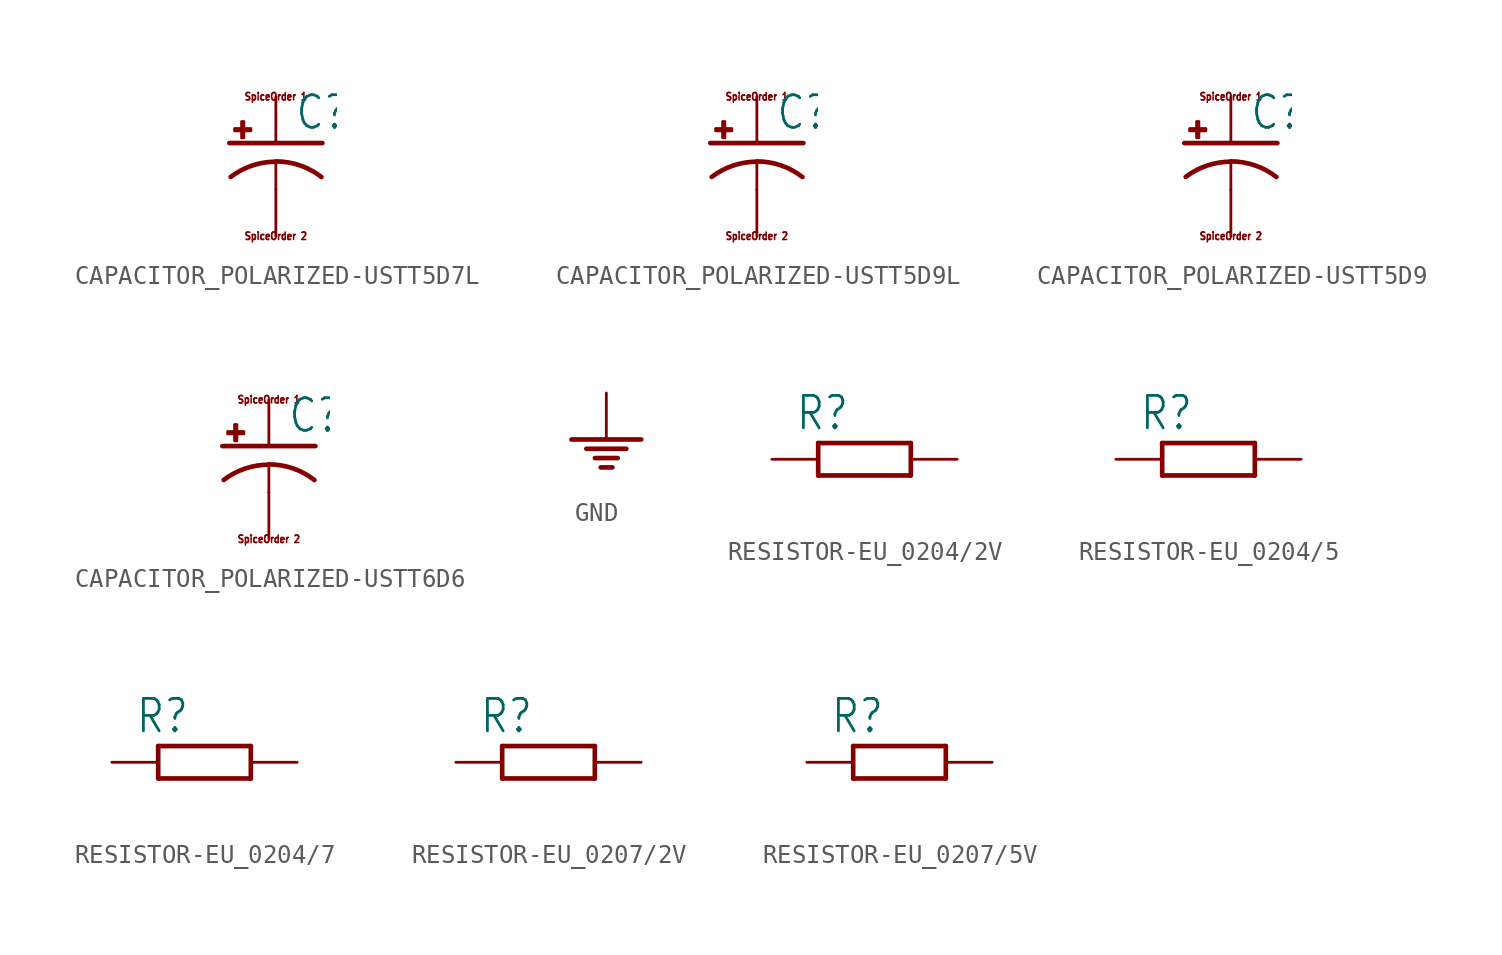
<source format=kicad_sym>
(kicad_symbol_lib
  (version 20231120)
  (generator "kicad_symbol_editor")
  (generator_version "8.0")
  (symbol "CAPACITOR_POLARIZED-USTT5D7L"
    (property "Reference" "C"
      (at 1.016 0.635 0)
      (effects (font (size 1.778 1.511)) (justify left bottom)))
    (property "Value" ""
      (at 1.016 -4.191 0)
      (effects (font (size 1.778 1.511)) (justify left bottom)))
    (property "ki_locked" ""
      (at 0 0 0)
      (effects (font (size 1.27 1.27))))
    (symbol "CAPACITOR_POLARIZED-USTT5D7L_1_0"
      (rectangle (start -2.253 0.668) (end -1.364 0.795) (stroke (width 0) (type default)) (fill (type outline)))
      (rectangle (start -1.872 0.287) (end -1.745 1.176) (stroke (width 0) (type default)) (fill (type outline)))
      (arc (start 0 -1.0161) (mid -1.3021 -1.2303) (end -2.4669 -1.8504) (stroke (width 0.254) (type solid)) (fill (type none)))
      (polyline (pts (xy -2.54 0) (xy 2.54 0)) (stroke (width 0.254) (type solid)) (fill (type none)))
      (polyline (pts (xy 0 -1.016) (xy 0 -2.54)) (stroke (width 0.152) (type solid)) (fill (type none)))
      (arc (start 2.4892 -1.8541) (mid 1.3158 -1.2194) (end 0 -1) (stroke (width 0.254) (type solid)) (fill (type none)))
      (text "SpiceOrder 1" (at 0 2.54 0) (effects (font (size 0.406 0.345))))
      (text "SpiceOrder 2" (at 0 -5.08 0) (effects (font (size 0.406 0.345))))
      (pin passive line (at 0 2.54 270) (length 2.54) (name "+" (effects (font (size 0 0)))) (number "+" (effects (font (size 0 0)))))
      (pin passive line (at 0 -5.08 90) (length 2.54) (name "-" (effects (font (size 0 0)))) (number "-" (effects (font (size 0 0)))))))
  (symbol "CAPACITOR_POLARIZED-USTT5D9L"
    (property "Reference" "C"
      (at 1.016 0.635 0)
      (effects (font (size 1.778 1.511)) (justify left bottom)))
    (property "Value" ""
      (at 1.016 -4.191 0)
      (effects (font (size 1.778 1.511)) (justify left bottom)))
    (property "ki_locked" ""
      (at 0 0 0)
      (effects (font (size 1.27 1.27))))
    (symbol "CAPACITOR_POLARIZED-USTT5D9L_1_0"
      (rectangle (start -2.253 0.668) (end -1.364 0.795) (stroke (width 0) (type default)) (fill (type outline)))
      (rectangle (start -1.872 0.287) (end -1.745 1.176) (stroke (width 0) (type default)) (fill (type outline)))
      (arc (start 0 -1.0161) (mid -1.3021 -1.2303) (end -2.4669 -1.8504) (stroke (width 0.254) (type solid)) (fill (type none)))
      (polyline (pts (xy -2.54 0) (xy 2.54 0)) (stroke (width 0.254) (type solid)) (fill (type none)))
      (polyline (pts (xy 0 -1.016) (xy 0 -2.54)) (stroke (width 0.152) (type solid)) (fill (type none)))
      (arc (start 2.4892 -1.8541) (mid 1.3158 -1.2194) (end 0 -1) (stroke (width 0.254) (type solid)) (fill (type none)))
      (text "SpiceOrder 1" (at 0 2.54 0) (effects (font (size 0.406 0.345))))
      (text "SpiceOrder 2" (at 0 -5.08 0) (effects (font (size 0.406 0.345))))
      (pin passive line (at 0 2.54 270) (length 2.54) (name "+" (effects (font (size 0 0)))) (number "+" (effects (font (size 0 0)))))
      (pin passive line (at 0 -5.08 90) (length 2.54) (name "-" (effects (font (size 0 0)))) (number "-" (effects (font (size 0 0)))))))
  (symbol "CAPACITOR_POLARIZED-USTT5D9"
    (property "Reference" "C"
      (at 1.016 0.635 0)
      (effects (font (size 1.778 1.511)) (justify left bottom)))
    (property "Value" ""
      (at 1.016 -4.191 0)
      (effects (font (size 1.778 1.511)) (justify left bottom)))
    (property "ki_locked" ""
      (at 0 0 0)
      (effects (font (size 1.27 1.27))))
    (symbol "CAPACITOR_POLARIZED-USTT5D9_1_0"
      (rectangle (start -2.253 0.668) (end -1.364 0.795) (stroke (width 0) (type default)) (fill (type outline)))
      (rectangle (start -1.872 0.287) (end -1.745 1.176) (stroke (width 0) (type default)) (fill (type outline)))
      (arc (start 0 -1.0161) (mid -1.3021 -1.2303) (end -2.4669 -1.8504) (stroke (width 0.254) (type solid)) (fill (type none)))
      (polyline (pts (xy -2.54 0) (xy 2.54 0)) (stroke (width 0.254) (type solid)) (fill (type none)))
      (polyline (pts (xy 0 -1.016) (xy 0 -2.54)) (stroke (width 0.152) (type solid)) (fill (type none)))
      (arc (start 2.4892 -1.8541) (mid 1.3158 -1.2194) (end 0 -1) (stroke (width 0.254) (type solid)) (fill (type none)))
      (text "SpiceOrder 1" (at 0 2.54 0) (effects (font (size 0.406 0.345))))
      (text "SpiceOrder 2" (at 0 -5.08 0) (effects (font (size 0.406 0.345))))
      (pin passive line (at 0 2.54 270) (length 2.54) (name "+" (effects (font (size 0 0)))) (number "+" (effects (font (size 0 0)))))
      (pin passive line (at 0 -5.08 90) (length 2.54) (name "-" (effects (font (size 0 0)))) (number "-" (effects (font (size 0 0)))))))
  (symbol "CAPACITOR_POLARIZED-USTT6D6"
    (property "Reference" "C"
      (at 1.016 0.635 0)
      (effects (font (size 1.778 1.511)) (justify left bottom)))
    (property "Value" ""
      (at 1.016 -4.191 0)
      (effects (font (size 1.778 1.511)) (justify left bottom)))
    (property "ki_locked" ""
      (at 0 0 0)
      (effects (font (size 1.27 1.27))))
    (symbol "CAPACITOR_POLARIZED-USTT6D6_1_0"
      (rectangle (start -2.253 0.668) (end -1.364 0.795) (stroke (width 0) (type default)) (fill (type outline)))
      (rectangle (start -1.872 0.287) (end -1.745 1.176) (stroke (width 0) (type default)) (fill (type outline)))
      (arc (start 0 -1.0161) (mid -1.3021 -1.2303) (end -2.4669 -1.8504) (stroke (width 0.254) (type solid)) (fill (type none)))
      (polyline (pts (xy -2.54 0) (xy 2.54 0)) (stroke (width 0.254) (type solid)) (fill (type none)))
      (polyline (pts (xy 0 -1.016) (xy 0 -2.54)) (stroke (width 0.152) (type solid)) (fill (type none)))
      (arc (start 2.4892 -1.8541) (mid 1.3158 -1.2194) (end 0 -1) (stroke (width 0.254) (type solid)) (fill (type none)))
      (text "SpiceOrder 1" (at 0 2.54 0) (effects (font (size 0.406 0.345))))
      (text "SpiceOrder 2" (at 0 -5.08 0) (effects (font (size 0.406 0.345))))
      (pin passive line (at 0 2.54 270) (length 2.54) (name "+" (effects (font (size 0 0)))) (number "+" (effects (font (size 0 0)))))
      (pin passive line (at 0 -5.08 90) (length 2.54) (name "-" (effects (font (size 0 0)))) (number "-" (effects (font (size 0 0)))))))
  (symbol "GND"
    (power)
    (property "Reference" "#GND"
      (at 0 0 0)
      (effects (font (size 1.27 1.27)) (hide yes)))
    (property "Value" ""
      (at -2.54 -2.54 90)
      (effects (font (size 1.778 1.511)) (justify left bottom)))
    (property "ki_locked" ""
      (at 0 0 0)
      (effects (font (size 1.27 1.27))))
    (symbol "GND_1_0"
      (polyline (pts (xy -1.905 0) (xy 1.905 0)) (stroke (width 0.254) (type solid)) (fill (type none)))
      (polyline (pts (xy -1.092 -0.508) (xy 1.092 -0.508)) (stroke (width 0.254) (type solid)) (fill (type none)))
      (polyline (pts (xy -0.622 -1.016) (xy 0.622 -1.016)) (stroke (width 0.254) (type solid)) (fill (type none)))
      (polyline (pts (xy -0.305 -1.524) (xy 0.33 -1.524)) (stroke (width 0.254) (type solid)) (fill (type none)))
      (pin power_in line (at 0 2.54 270) (length 2.54) (name "PE" (effects (font (size 0 0)))) (number "1" (effects (font (size 0 0)))))))
  (symbol "RESISTOR-EU_0204/2V"
    (property "Reference" "R"
      (at -3.81 1.499 0)
      (effects (font (size 1.778 1.511)) (justify left bottom)))
    (property "Value" ""
      (at -3.81 -3.302 0)
      (effects (font (size 1.778 1.511)) (justify left bottom)))
    (property "ki_locked" ""
      (at 0 0 0)
      (effects (font (size 1.27 1.27))))
    (symbol "RESISTOR-EU_0204/2V_1_0"
      (polyline (pts (xy -2.54 -0.889) (xy -2.54 0.889)) (stroke (width 0.254) (type solid)) (fill (type none)))
      (polyline (pts (xy -2.54 -0.889) (xy 2.54 -0.889)) (stroke (width 0.254) (type solid)) (fill (type none)))
      (polyline (pts (xy 2.54 -0.889) (xy 2.54 0.889)) (stroke (width 0.254) (type solid)) (fill (type none)))
      (polyline (pts (xy 2.54 0.889) (xy -2.54 0.889)) (stroke (width 0.254) (type solid)) (fill (type none)))
      (pin passive line (at -5.08 0 0) (length 2.54) (name "1" (effects (font (size 0 0)))) (number "1" (effects (font (size 0 0)))))
      (pin passive line (at 5.08 0 180) (length 2.54) (name "2" (effects (font (size 0 0)))) (number "2" (effects (font (size 0 0)))))))
  (symbol "RESISTOR-EU_0204/5"
    (property "Reference" "R"
      (at -3.81 1.499 0)
      (effects (font (size 1.778 1.511)) (justify left bottom)))
    (property "Value" ""
      (at -3.81 -3.302 0)
      (effects (font (size 1.778 1.511)) (justify left bottom)))
    (property "ki_locked" ""
      (at 0 0 0)
      (effects (font (size 1.27 1.27))))
    (symbol "RESISTOR-EU_0204/5_1_0"
      (polyline (pts (xy -2.54 -0.889) (xy -2.54 0.889)) (stroke (width 0.254) (type solid)) (fill (type none)))
      (polyline (pts (xy -2.54 -0.889) (xy 2.54 -0.889)) (stroke (width 0.254) (type solid)) (fill (type none)))
      (polyline (pts (xy 2.54 -0.889) (xy 2.54 0.889)) (stroke (width 0.254) (type solid)) (fill (type none)))
      (polyline (pts (xy 2.54 0.889) (xy -2.54 0.889)) (stroke (width 0.254) (type solid)) (fill (type none)))
      (pin passive line (at -5.08 0 0) (length 2.54) (name "1" (effects (font (size 0 0)))) (number "1" (effects (font (size 0 0)))))
      (pin passive line (at 5.08 0 180) (length 2.54) (name "2" (effects (font (size 0 0)))) (number "2" (effects (font (size 0 0)))))))
  (symbol "RESISTOR-EU_0204/7"
    (property "Reference" "R"
      (at -3.81 1.499 0)
      (effects (font (size 1.778 1.511)) (justify left bottom)))
    (property "Value" ""
      (at -3.81 -3.302 0)
      (effects (font (size 1.778 1.511)) (justify left bottom)))
    (property "ki_locked" ""
      (at 0 0 0)
      (effects (font (size 1.27 1.27))))
    (symbol "RESISTOR-EU_0204/7_1_0"
      (polyline (pts (xy -2.54 -0.889) (xy -2.54 0.889)) (stroke (width 0.254) (type solid)) (fill (type none)))
      (polyline (pts (xy -2.54 -0.889) (xy 2.54 -0.889)) (stroke (width 0.254) (type solid)) (fill (type none)))
      (polyline (pts (xy 2.54 -0.889) (xy 2.54 0.889)) (stroke (width 0.254) (type solid)) (fill (type none)))
      (polyline (pts (xy 2.54 0.889) (xy -2.54 0.889)) (stroke (width 0.254) (type solid)) (fill (type none)))
      (pin passive line (at -5.08 0 0) (length 2.54) (name "1" (effects (font (size 0 0)))) (number "1" (effects (font (size 0 0)))))
      (pin passive line (at 5.08 0 180) (length 2.54) (name "2" (effects (font (size 0 0)))) (number "2" (effects (font (size 0 0)))))))
  (symbol "RESISTOR-EU_0207/2V"
    (property "Reference" "R"
      (at -3.81 1.499 0)
      (effects (font (size 1.778 1.511)) (justify left bottom)))
    (property "Value" ""
      (at -3.81 -3.302 0)
      (effects (font (size 1.778 1.511)) (justify left bottom)))
    (property "ki_locked" ""
      (at 0 0 0)
      (effects (font (size 1.27 1.27))))
    (symbol "RESISTOR-EU_0207/2V_1_0"
      (polyline (pts (xy -2.54 -0.889) (xy -2.54 0.889)) (stroke (width 0.254) (type solid)) (fill (type none)))
      (polyline (pts (xy -2.54 -0.889) (xy 2.54 -0.889)) (stroke (width 0.254) (type solid)) (fill (type none)))
      (polyline (pts (xy 2.54 -0.889) (xy 2.54 0.889)) (stroke (width 0.254) (type solid)) (fill (type none)))
      (polyline (pts (xy 2.54 0.889) (xy -2.54 0.889)) (stroke (width 0.254) (type solid)) (fill (type none)))
      (pin passive line (at -5.08 0 0) (length 2.54) (name "1" (effects (font (size 0 0)))) (number "1" (effects (font (size 0 0)))))
      (pin passive line (at 5.08 0 180) (length 2.54) (name "2" (effects (font (size 0 0)))) (number "2" (effects (font (size 0 0)))))))
  (symbol "RESISTOR-EU_0207/5V"
    (property "Reference" "R"
      (at -3.81 1.499 0)
      (effects (font (size 1.778 1.511)) (justify left bottom)))
    (property "Value" ""
      (at -3.81 -3.302 0)
      (effects (font (size 1.778 1.511)) (justify left bottom)))
    (property "ki_locked" ""
      (at 0 0 0)
      (effects (font (size 1.27 1.27))))
    (symbol "RESISTOR-EU_0207/5V_1_0"
      (polyline (pts (xy -2.54 -0.889) (xy -2.54 0.889)) (stroke (width 0.254) (type solid)) (fill (type none)))
      (polyline (pts (xy -2.54 -0.889) (xy 2.54 -0.889)) (stroke (width 0.254) (type solid)) (fill (type none)))
      (polyline (pts (xy 2.54 -0.889) (xy 2.54 0.889)) (stroke (width 0.254) (type solid)) (fill (type none)))
      (polyline (pts (xy 2.54 0.889) (xy -2.54 0.889)) (stroke (width 0.254) (type solid)) (fill (type none)))
      (pin passive line (at -5.08 0 0) (length 2.54) (name "1" (effects (font (size 0 0)))) (number "1" (effects (font (size 0 0)))))
      (pin passive line (at 5.08 0 180) (length 2.54) (name "2" (effects (font (size 0 0)))) (number "2" (effects (font (size 0 0))))))))
</source>
